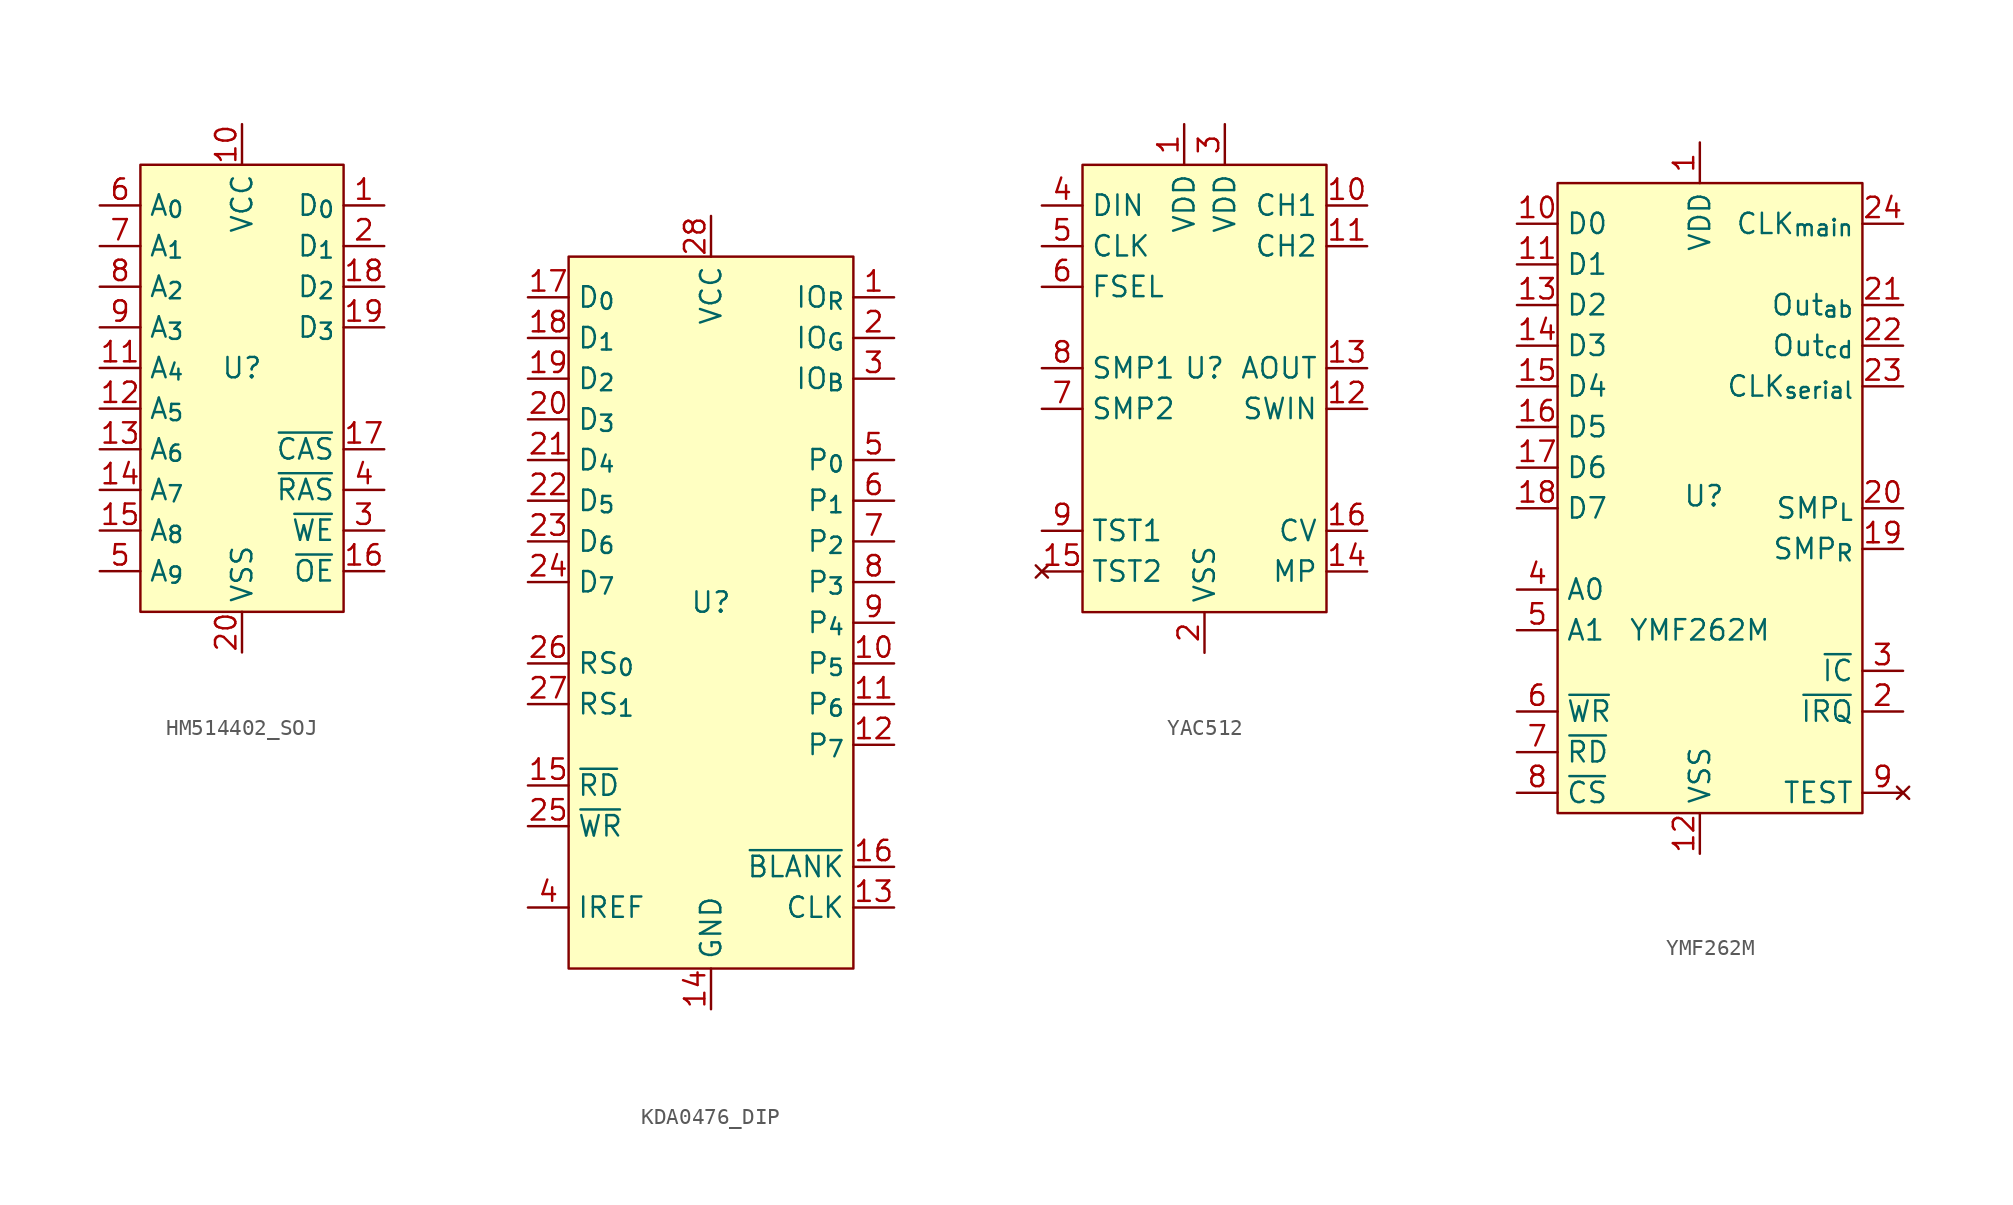
<source format=kicad_sym>
(kicad_symbol_lib
  (version 20231120)
  (generator "kicad_symbol_editor")
  (generator_version "8.0")
  (symbol "HM514402_SOJ"
    (property "Reference" "U"
      (at 0 0 0)
      (effects (font (size 1.27 1.27))))
    (property "Value" ""
      (at 0 -2.54 0)
      (effects (font (size 1.27 1.27))))
    (symbol "HM514402_SOJ_0_1"
      (rectangle (start -6.35 12.7) (end 6.35 -15.24) (stroke (width 0) (type default)) (fill (type background))))
    (symbol "HM514402_SOJ_1_1"
      (pin tri_state line (at 8.89 10.16 180) (length 2.54) (name "D_{0}" (effects (font (size 1.27 1.27)))) (number "1" (effects (font (size 1.27 1.27)))))
      (pin power_in line (at 0 15.24 270) (length 2.54) (name "VCC" (effects (font (size 1.27 1.27)))) (number "10" (effects (font (size 1.27 1.27)))))
      (pin input line (at -8.89 0 0) (length 2.54) (name "A_{4}" (effects (font (size 1.27 1.27)))) (number "11" (effects (font (size 1.27 1.27)))))
      (pin input line (at -8.89 -2.54 0) (length 2.54) (name "A_{5}" (effects (font (size 1.27 1.27)))) (number "12" (effects (font (size 1.27 1.27)))))
      (pin input line (at -8.89 -5.08 0) (length 2.54) (name "A_{6}" (effects (font (size 1.27 1.27)))) (number "13" (effects (font (size 1.27 1.27)))))
      (pin input line (at -8.89 -7.62 0) (length 2.54) (name "A_{7}" (effects (font (size 1.27 1.27)))) (number "14" (effects (font (size 1.27 1.27)))))
      (pin input line (at -8.89 -10.16 0) (length 2.54) (name "A_{8}" (effects (font (size 1.27 1.27)))) (number "15" (effects (font (size 1.27 1.27)))))
      (pin input line (at 8.89 -12.7 180) (length 2.54) (name "~{OE}" (effects (font (size 1.27 1.27)))) (number "16" (effects (font (size 1.27 1.27)))))
      (pin input line (at 8.89 -5.08 180) (length 2.54) (name "~{CAS}" (effects (font (size 1.27 1.27)))) (number "17" (effects (font (size 1.27 1.27)))))
      (pin tri_state line (at 8.89 5.08 180) (length 2.54) (name "D_{2}" (effects (font (size 1.27 1.27)))) (number "18" (effects (font (size 1.27 1.27)))))
      (pin tri_state line (at 8.89 2.54 180) (length 2.54) (name "D_{3}" (effects (font (size 1.27 1.27)))) (number "19" (effects (font (size 1.27 1.27)))))
      (pin tri_state line (at 8.89 7.62 180) (length 2.54) (name "D_{1}" (effects (font (size 1.27 1.27)))) (number "2" (effects (font (size 1.27 1.27)))))
      (pin power_in line (at 0 -17.78 90) (length 2.54) (name "VSS" (effects (font (size 1.27 1.27)))) (number "20" (effects (font (size 1.27 1.27)))))
      (pin input line (at 8.89 -10.16 180) (length 2.54) (name "~{WE}" (effects (font (size 1.27 1.27)))) (number "3" (effects (font (size 1.27 1.27)))))
      (pin input line (at 8.89 -7.62 180) (length 2.54) (name "~{RAS}" (effects (font (size 1.27 1.27)))) (number "4" (effects (font (size 1.27 1.27)))))
      (pin input line (at -8.89 -12.7 0) (length 2.54) (name "A_{9}" (effects (font (size 1.27 1.27)))) (number "5" (effects (font (size 1.27 1.27)))))
      (pin input line (at -8.89 10.16 0) (length 2.54) (name "A_{0}" (effects (font (size 1.27 1.27)))) (number "6" (effects (font (size 1.27 1.27)))))
      (pin input line (at -8.89 7.62 0) (length 2.54) (name "A_{1}" (effects (font (size 1.27 1.27)))) (number "7" (effects (font (size 1.27 1.27)))))
      (pin input line (at -8.89 5.08 0) (length 2.54) (name "A_{2}" (effects (font (size 1.27 1.27)))) (number "8" (effects (font (size 1.27 1.27)))))
      (pin input line (at -8.89 2.54 0) (length 2.54) (name "A_{3}" (effects (font (size 1.27 1.27)))) (number "9" (effects (font (size 1.27 1.27)))))))
  (symbol "KDA0476_DIP"
    (property "Reference" "U"
      (at 0 0 0)
      (effects (font (size 1.27 1.27))))
    (property "Value" ""
      (at -3.81 27.94 0)
      (effects (font (size 1.27 1.27))))
    (symbol "KDA0476_DIP_0_1"
      (rectangle (start -8.89 21.59) (end 8.89 -22.86) (stroke (width 0) (type default)) (fill (type background))))
    (symbol "KDA0476_DIP_1_1"
      (pin output line (at 11.43 19.05 180) (length 2.54) (name "IO_{R}" (effects (font (size 1.27 1.27)))) (number "1" (effects (font (size 1.27 1.27)))))
      (pin input line (at 11.43 -3.81 180) (length 2.54) (name "P_{5}" (effects (font (size 1.27 1.27)))) (number "10" (effects (font (size 1.27 1.27)))))
      (pin input line (at 11.43 -6.35 180) (length 2.54) (name "P_{6}" (effects (font (size 1.27 1.27)))) (number "11" (effects (font (size 1.27 1.27)))))
      (pin input line (at 11.43 -8.89 180) (length 2.54) (name "P_{7}" (effects (font (size 1.27 1.27)))) (number "12" (effects (font (size 1.27 1.27)))))
      (pin input line (at 11.43 -19.05 180) (length 2.54) (name "CLK" (effects (font (size 1.27 1.27)))) (number "13" (effects (font (size 1.27 1.27)))))
      (pin power_in line (at 0 -25.4 90) (length 2.54) (name "GND" (effects (font (size 1.27 1.27)))) (number "14" (effects (font (size 1.27 1.27)))))
      (pin input line (at -11.43 -11.43 0) (length 2.54) (name "~{RD}" (effects (font (size 1.27 1.27)))) (number "15" (effects (font (size 1.27 1.27)))))
      (pin input line (at 11.43 -16.51 180) (length 2.54) (name "~{BLANK}" (effects (font (size 1.27 1.27)))) (number "16" (effects (font (size 1.27 1.27)))))
      (pin bidirectional line (at -11.43 19.05 0) (length 2.54) (name "D_{0}" (effects (font (size 1.27 1.27)))) (number "17" (effects (font (size 1.27 1.27)))))
      (pin bidirectional line (at -11.43 16.51 0) (length 2.54) (name "D_{1}" (effects (font (size 1.27 1.27)))) (number "18" (effects (font (size 1.27 1.27)))))
      (pin bidirectional line (at -11.43 13.97 0) (length 2.54) (name "D_{2}" (effects (font (size 1.27 1.27)))) (number "19" (effects (font (size 1.27 1.27)))))
      (pin output line (at 11.43 16.51 180) (length 2.54) (name "IO_{G}" (effects (font (size 1.27 1.27)))) (number "2" (effects (font (size 1.27 1.27)))))
      (pin bidirectional line (at -11.43 11.43 0) (length 2.54) (name "D_{3}" (effects (font (size 1.27 1.27)))) (number "20" (effects (font (size 1.27 1.27)))))
      (pin bidirectional line (at -11.43 8.89 0) (length 2.54) (name "D_{4}" (effects (font (size 1.27 1.27)))) (number "21" (effects (font (size 1.27 1.27)))))
      (pin bidirectional line (at -11.43 6.35 0) (length 2.54) (name "D_{5}" (effects (font (size 1.27 1.27)))) (number "22" (effects (font (size 1.27 1.27)))))
      (pin bidirectional line (at -11.43 3.81 0) (length 2.54) (name "D_{6}" (effects (font (size 1.27 1.27)))) (number "23" (effects (font (size 1.27 1.27)))))
      (pin bidirectional line (at -11.43 1.27 0) (length 2.54) (name "D_{7}" (effects (font (size 1.27 1.27)))) (number "24" (effects (font (size 1.27 1.27)))))
      (pin input line (at -11.43 -13.97 0) (length 2.54) (name "~{WR}" (effects (font (size 1.27 1.27)))) (number "25" (effects (font (size 1.27 1.27)))))
      (pin input line (at -11.43 -3.81 0) (length 2.54) (name "RS_{0}" (effects (font (size 1.27 1.27)))) (number "26" (effects (font (size 1.27 1.27)))))
      (pin input line (at -11.43 -6.35 0) (length 2.54) (name "RS_{1}" (effects (font (size 1.27 1.27)))) (number "27" (effects (font (size 1.27 1.27)))))
      (pin power_in line (at 0 24.13 270) (length 2.54) (name "VCC" (effects (font (size 1.27 1.27)))) (number "28" (effects (font (size 1.27 1.27)))))
      (pin output line (at 11.43 13.97 180) (length 2.54) (name "IO_{B}" (effects (font (size 1.27 1.27)))) (number "3" (effects (font (size 1.27 1.27)))))
      (pin input line (at -11.43 -19.05 0) (length 2.54) (name "IREF" (effects (font (size 1.27 1.27)))) (number "4" (effects (font (size 1.27 1.27)))))
      (pin input line (at 11.43 8.89 180) (length 2.54) (name "P_{0}" (effects (font (size 1.27 1.27)))) (number "5" (effects (font (size 1.27 1.27)))))
      (pin input line (at 11.43 6.35 180) (length 2.54) (name "P_{1}" (effects (font (size 1.27 1.27)))) (number "6" (effects (font (size 1.27 1.27)))))
      (pin input line (at 11.43 3.81 180) (length 2.54) (name "P_{2}" (effects (font (size 1.27 1.27)))) (number "7" (effects (font (size 1.27 1.27)))))
      (pin input line (at 11.43 1.27 180) (length 2.54) (name "P_{3}" (effects (font (size 1.27 1.27)))) (number "8" (effects (font (size 1.27 1.27)))))
      (pin input line (at 11.43 -1.27 180) (length 2.54) (name "P_{4}" (effects (font (size 1.27 1.27)))) (number "9" (effects (font (size 1.27 1.27)))))))
  (symbol "YAC512"
    (property "Reference" "U"
      (at 0 0 0)
      (effects (font (size 1.27 1.27))))
    (property "Value" ""
      (at 0 0 0)
      (effects (font (size 1.27 1.27))))
    (symbol "YAC512_1_1"
      (rectangle (start -7.62 12.7) (end 7.62 -15.24) (stroke (width 0) (type default)) (fill (type background)))
      (pin power_in line (at -1.27 15.24 270) (length 2.54) (name "VDD" (effects (font (size 1.27 1.27)))) (number "1" (effects (font (size 1.27 1.27)))))
      (pin output line (at 10.16 10.16 180) (length 2.54) (name "CH1" (effects (font (size 1.27 1.27)))) (number "10" (effects (font (size 1.27 1.27)))))
      (pin output line (at 10.16 7.62 180) (length 2.54) (name "CH2" (effects (font (size 1.27 1.27)))) (number "11" (effects (font (size 1.27 1.27)))))
      (pin input line (at 10.16 -2.54 180) (length 2.54) (name "SWIN" (effects (font (size 1.27 1.27)))) (number "12" (effects (font (size 1.27 1.27)))))
      (pin output line (at 10.16 0 180) (length 2.54) (name "AOUT" (effects (font (size 1.27 1.27)))) (number "13" (effects (font (size 1.27 1.27)))))
      (pin input line (at 10.16 -12.7 180) (length 2.54) (name "MP" (effects (font (size 1.27 1.27)))) (number "14" (effects (font (size 1.27 1.27)))))
      (pin no_connect line (at -10.16 -12.7 0) (length 2.54) (name "TST2" (effects (font (size 1.27 1.27)))) (number "15" (effects (font (size 1.27 1.27)))))
      (pin output line (at 10.16 -10.16 180) (length 2.54) (name "CV" (effects (font (size 1.27 1.27)))) (number "16" (effects (font (size 1.27 1.27)))))
      (pin power_in line (at 0 -17.78 90) (length 2.54) (name "VSS" (effects (font (size 1.27 1.27)))) (number "2" (effects (font (size 1.27 1.27)))))
      (pin power_in line (at 1.27 15.24 270) (length 2.54) (name "VDD" (effects (font (size 1.27 1.27)))) (number "3" (effects (font (size 1.27 1.27)))))
      (pin input line (at -10.16 10.16 0) (length 2.54) (name "DIN" (effects (font (size 1.27 1.27)))) (number "4" (effects (font (size 1.27 1.27)))))
      (pin input line (at -10.16 7.62 0) (length 2.54) (name "CLK" (effects (font (size 1.27 1.27)))) (number "5" (effects (font (size 1.27 1.27)))))
      (pin input line (at -10.16 5.08 0) (length 2.54) (name "FSEL" (effects (font (size 1.27 1.27)))) (number "6" (effects (font (size 1.27 1.27)))))
      (pin input line (at -10.16 -2.54 0) (length 2.54) (name "SMP2" (effects (font (size 1.27 1.27)))) (number "7" (effects (font (size 1.27 1.27)))))
      (pin input line (at -10.16 0 0) (length 2.54) (name "SMP1" (effects (font (size 1.27 1.27)))) (number "8" (effects (font (size 1.27 1.27)))))
      (pin input line (at -10.16 -10.16 0) (length 2.54) (name "TST1" (effects (font (size 1.27 1.27)))) (number "9" (effects (font (size 1.27 1.27)))))))
  (symbol "YMF262M"
    (property "Reference" "U"
      (at 0.254 -0.508 0)
      (effects (font (size 1.27 1.27))))
    (property "Value" "YMF262M"
      (at 0 -8.89 0)
      (effects (font (size 1.27 1.27))))
    (symbol "YMF262M_1_1"
      (rectangle (start -8.89 19.05) (end 10.16 -20.32) (stroke (width 0) (type default)) (fill (type background)))
      (pin power_in line (at 0 21.59 270) (length 2.54) (name "VDD" (effects (font (size 1.27 1.27)))) (number "1" (effects (font (size 1.27 1.27)))))
      (pin tri_state line (at -11.43 16.51 0) (length 2.54) (name "D0" (effects (font (size 1.27 1.27)))) (number "10" (effects (font (size 1.27 1.27)))))
      (pin tri_state line (at -11.43 13.97 0) (length 2.54) (name "D1" (effects (font (size 1.27 1.27)))) (number "11" (effects (font (size 1.27 1.27)))))
      (pin power_in line (at 0 -22.86 90) (length 2.54) (name "VSS" (effects (font (size 1.27 1.27)))) (number "12" (effects (font (size 1.27 1.27)))))
      (pin tri_state line (at -11.43 11.43 0) (length 2.54) (name "D2" (effects (font (size 1.27 1.27)))) (number "13" (effects (font (size 1.27 1.27)))))
      (pin tri_state line (at -11.43 8.89 0) (length 2.54) (name "D3" (effects (font (size 1.27 1.27)))) (number "14" (effects (font (size 1.27 1.27)))))
      (pin tri_state line (at -11.43 6.35 0) (length 2.54) (name "D4" (effects (font (size 1.27 1.27)))) (number "15" (effects (font (size 1.27 1.27)))))
      (pin tri_state line (at -11.43 3.81 0) (length 2.54) (name "D5" (effects (font (size 1.27 1.27)))) (number "16" (effects (font (size 1.27 1.27)))))
      (pin tri_state line (at -11.43 1.27 0) (length 2.54) (name "D6" (effects (font (size 1.27 1.27)))) (number "17" (effects (font (size 1.27 1.27)))))
      (pin tri_state line (at -11.43 -1.27 0) (length 2.54) (name "D7" (effects (font (size 1.27 1.27)))) (number "18" (effects (font (size 1.27 1.27)))))
      (pin output line (at 12.7 -3.81 180) (length 2.54) (name "SMP_{R}" (effects (font (size 1.27 1.27)))) (number "19" (effects (font (size 1.27 1.27)))))
      (pin open_collector line (at 12.7 -13.97 180) (length 2.54) (name "~{IRQ}" (effects (font (size 1.27 1.27)))) (number "2" (effects (font (size 1.27 1.27)))))
      (pin output line (at 12.7 -1.27 180) (length 2.54) (name "SMP_{L}" (effects (font (size 1.27 1.27)))) (number "20" (effects (font (size 1.27 1.27)))))
      (pin output line (at 12.7 11.43 180) (length 2.54) (name "Out_{ab}" (effects (font (size 1.27 1.27)))) (number "21" (effects (font (size 1.27 1.27)))))
      (pin output line (at 12.7 8.89 180) (length 2.54) (name "Out_{cd}" (effects (font (size 1.27 1.27)))) (number "22" (effects (font (size 1.27 1.27)))))
      (pin output line (at 12.7 6.35 180) (length 2.54) (name "CLK_{serial}" (effects (font (size 1.27 1.27)))) (number "23" (effects (font (size 1.27 1.27)))))
      (pin input line (at 12.7 16.51 180) (length 2.54) (name "CLK_{main}" (effects (font (size 1.27 1.27)))) (number "24" (effects (font (size 1.27 1.27)))))
      (pin input line (at 12.7 -11.43 180) (length 2.54) (name "~{IC}" (effects (font (size 1.27 1.27)))) (number "3" (effects (font (size 1.27 1.27)))))
      (pin input line (at -11.43 -6.35 0) (length 2.54) (name "A0" (effects (font (size 1.27 1.27)))) (number "4" (effects (font (size 1.27 1.27)))))
      (pin input line (at -11.43 -8.89 0) (length 2.54) (name "A1" (effects (font (size 1.27 1.27)))) (number "5" (effects (font (size 1.27 1.27)))))
      (pin input line (at -11.43 -13.97 0) (length 2.54) (name "~{WR}" (effects (font (size 1.27 1.27)))) (number "6" (effects (font (size 1.27 1.27)))))
      (pin input line (at -11.43 -16.51 0) (length 2.54) (name "~{RD}" (effects (font (size 1.27 1.27)))) (number "7" (effects (font (size 1.27 1.27)))))
      (pin input line (at -11.43 -19.05 0) (length 2.54) (name "~{CS}" (effects (font (size 1.27 1.27)))) (number "8" (effects (font (size 1.27 1.27)))))
      (pin no_connect line (at 12.7 -19.05 180) (length 2.54) (name "TEST" (effects (font (size 1.27 1.27)))) (number "9" (effects (font (size 1.27 1.27))))))))
</source>
